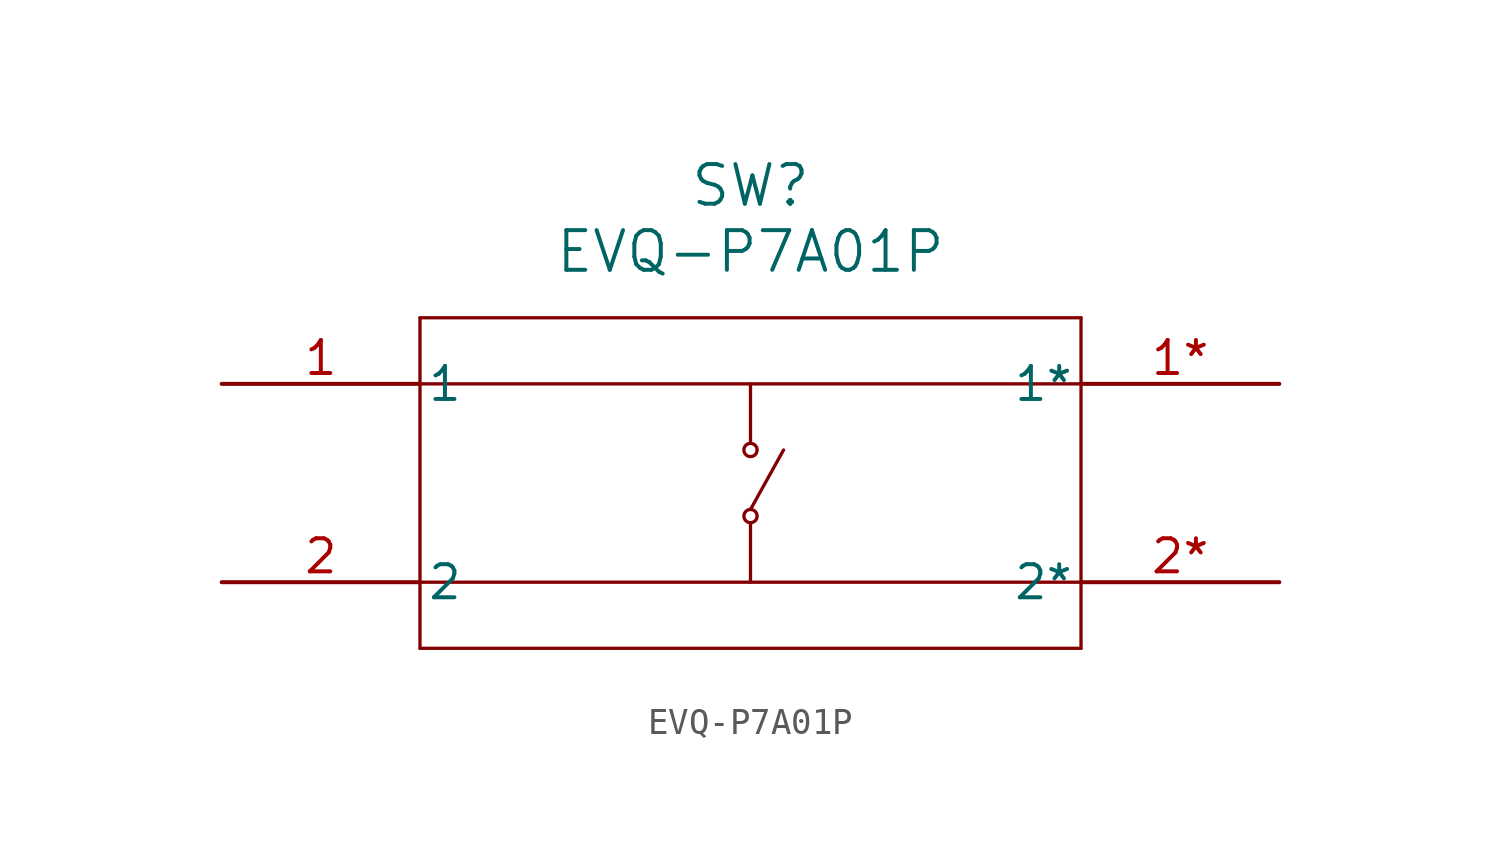
<source format=kicad_sym>
(kicad_symbol_lib
  (version 20211014)
  (generator kicad_symbol_editor)
  (symbol "EVQ-P7A01P"
    (pin_names
      (offset 0.254))
    (property "Reference" "SW"
      (at 20.32 7.62 0)
      (effects (font (size 1.524 1.524))))
    (property "Value" "EVQ-P7A01P"
      (at 20.32 5.08 0)
      (effects (font (size 1.524 1.524))))
    (symbol "EVQ-P7A01P_0_1"
      (polyline (pts (xy 7.62 2.54) (xy 7.62 -10.16)) (stroke (width 0.127) (type default) (color 0 0 0 0)) (fill (type none)))
      (polyline (pts (xy 7.62 -10.16) (xy 33.02 -10.16)) (stroke (width 0.127) (type default) (color 0 0 0 0)) (fill (type none)))
      (polyline (pts (xy 33.02 -10.16) (xy 33.02 2.54)) (stroke (width 0.127) (type default) (color 0 0 0 0)) (fill (type none)))
      (polyline (pts (xy 33.02 2.54) (xy 7.62 2.54)) (stroke (width 0.127) (type default) (color 0 0 0 0)) (fill (type none)))
      (polyline (pts (xy 7.62 0) (xy 33.02 0)) (stroke (width 0.127) (type default) (color 0 0 0 0)) (fill (type none)))
      (polyline (pts (xy 7.62 -7.62) (xy 33.02 -7.62)) (stroke (width 0.127) (type default) (color 0 0 0 0)) (fill (type none)))
      (polyline (pts (xy 20.32 -7.62) (xy 20.32 -5.334)) (stroke (width 0.127) (type default) (color 0 0 0 0)) (fill (type none)))
      (polyline (pts (xy 20.32 0) (xy 20.32 -2.286)) (stroke (width 0.127) (type default) (color 0 0 0 0)) (fill (type none)))
      (polyline (pts (xy 20.32 -4.826) (xy 21.59 -2.54)) (stroke (width 0.127) (type default) (color 0 0 0 0)) (fill (type none)))
      (circle (center 20.32 -2.54) (radius 0.254) (stroke (width 0.127) (type default) (color 0 0 0 0)) (fill (type none)))
      (circle (center 20.32 -5.08) (radius 0.254) (stroke (width 0.127) (type default) (color 0 0 0 0)) (fill (type none)))
      (pin unspecified line (at 0 0 0) (length 7.62) (name "1" (effects (font (size 1.27 1.27)))) (number "1" (effects (font (size 1.27 1.27)))))
      (pin unspecified line (at 0 -7.62 0) (length 7.62) (name "2" (effects (font (size 1.27 1.27)))) (number "2" (effects (font (size 1.27 1.27)))))
      (pin unspecified line (at 40.64 0 180) (length 7.62) (name "1*" (effects (font (size 1.27 1.27)))) (number "1*" (effects (font (size 1.27 1.27)))))
      (pin unspecified line (at 40.64 -7.62 180) (length 7.62) (name "2*" (effects (font (size 1.27 1.27)))) (number "2*" (effects (font (size 1.27 1.27))))))))
</source>
